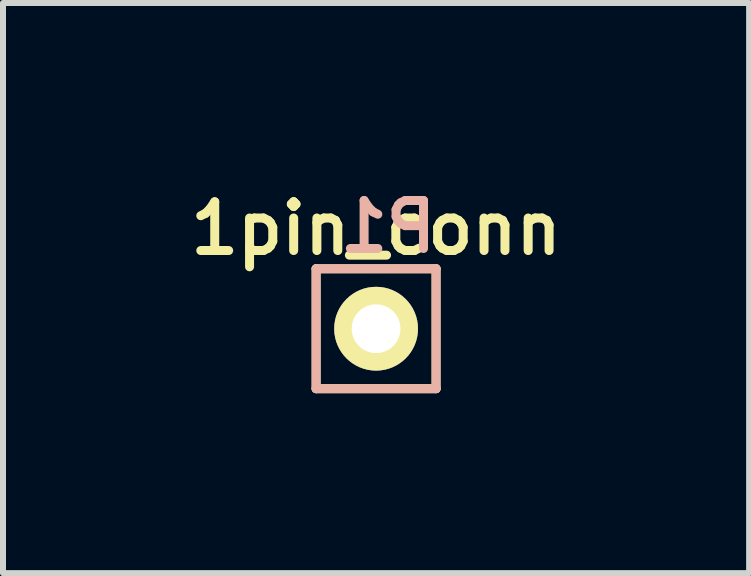
<source format=kicad_pcb>
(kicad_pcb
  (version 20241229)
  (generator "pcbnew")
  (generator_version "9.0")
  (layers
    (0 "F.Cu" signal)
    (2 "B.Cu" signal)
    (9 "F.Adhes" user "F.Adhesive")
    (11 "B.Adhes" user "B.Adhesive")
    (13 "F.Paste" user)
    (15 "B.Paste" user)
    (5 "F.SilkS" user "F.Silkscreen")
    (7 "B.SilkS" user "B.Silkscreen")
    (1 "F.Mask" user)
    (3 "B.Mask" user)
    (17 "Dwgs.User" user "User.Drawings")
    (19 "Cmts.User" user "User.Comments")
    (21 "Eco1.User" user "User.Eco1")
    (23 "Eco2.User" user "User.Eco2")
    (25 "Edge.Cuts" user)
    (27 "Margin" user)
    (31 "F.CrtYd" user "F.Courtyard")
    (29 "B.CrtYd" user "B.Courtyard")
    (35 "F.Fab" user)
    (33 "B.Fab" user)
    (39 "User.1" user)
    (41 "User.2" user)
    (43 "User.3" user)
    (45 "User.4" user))
  (footprint "1pin_conn"
    (layer "F.Cu")
    (at 3.221 2.431)
    (property "Reference" "1pin_conn" (at 0 -1.672 180) (layer "F.SilkS") (effects (font (size 0.813 0.813) (thickness 0.15))))
    (attr through_hole)
    (fp_line (start -1 -1) (end -1 1) (stroke (width 0.15) (type solid)) (layer "F.SilkS"))
    (fp_line (start -1 1) (end 1 1) (stroke (width 0.15) (type solid)) (layer "F.SilkS"))
    (fp_line (start 1 -1) (end -1 -1) (stroke (width 0.15) (type solid)) (layer "F.SilkS"))
    (fp_line (start 1 1) (end 1 -1) (stroke (width 0.15) (type solid)) (layer "F.SilkS"))
    (fp_line (start -1 -1) (end 1 -1) (stroke (width 0.15) (type solid)) (layer "B.SilkS"))
    (fp_line (start -1 1) (end -1 -1) (stroke (width 0.15) (type solid)) (layer "B.SilkS"))
    (fp_line (start 1 -1) (end 1 1) (stroke (width 0.15) (type solid)) (layer "B.SilkS"))
    (fp_line (start 1 1) (end -1 1) (stroke (width 0.15) (type solid)) (layer "B.SilkS"))
    (fp_text user "P1" (at 0.2 -1.7 180) (layer "B.SilkS") (effects (font (size 0.8 0.8) (thickness 0.15)) (justify mirror)))
    (pad "1" thru_hole circle (at 0 0) (size 1.397 1.397) (drill 0.813) (layers "*.Cu" "*.Mask" "F.SilkS")))
  (gr_rect
    (start -3 -3)
    (end 9.441 6.506)
    (stroke (width 0.1) (type default))
    (fill no)
    (layer "Edge.Cuts")))
</source>
